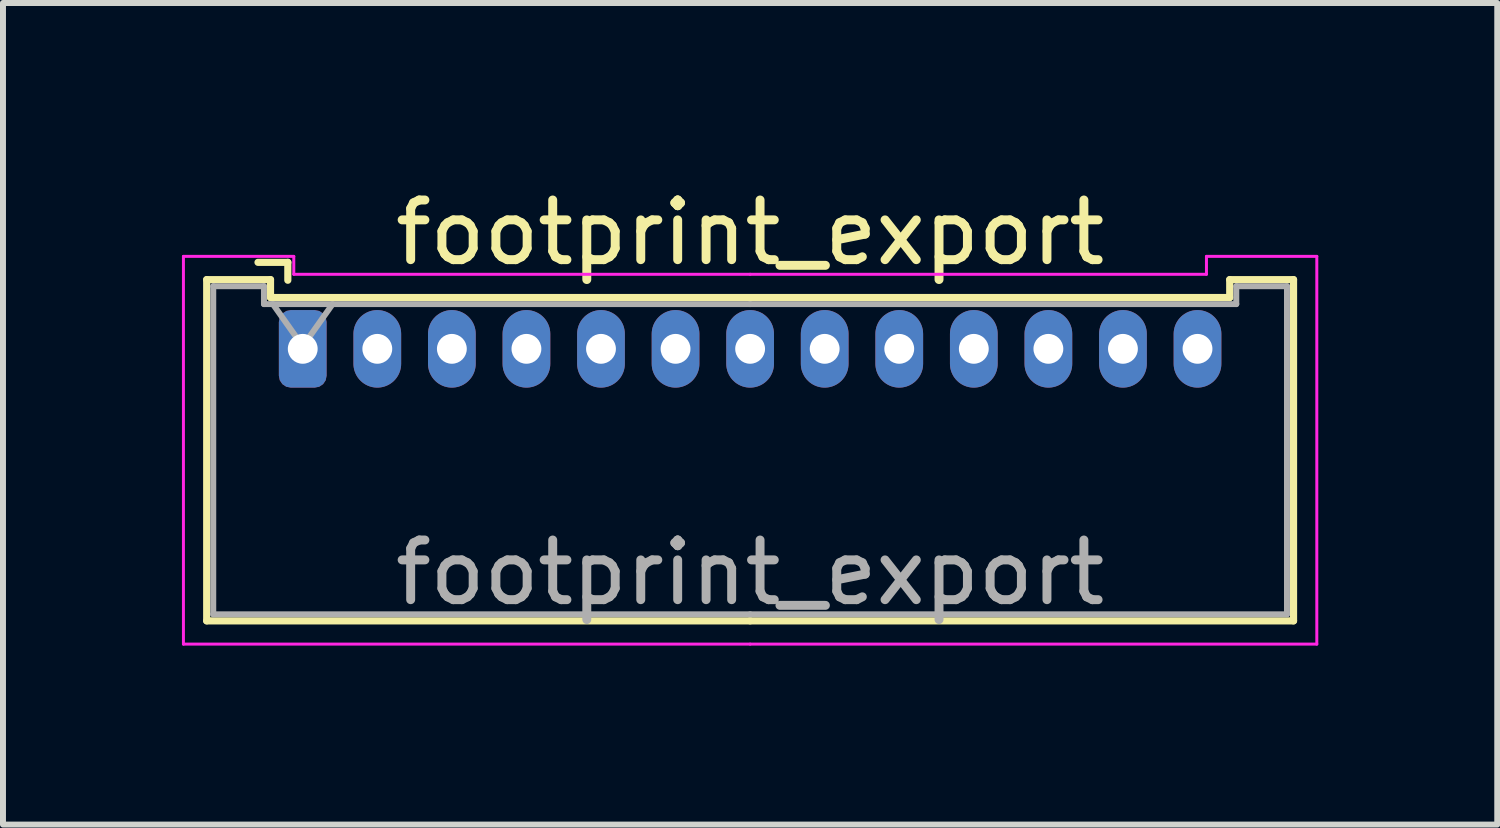
<source format=kicad_pcb>
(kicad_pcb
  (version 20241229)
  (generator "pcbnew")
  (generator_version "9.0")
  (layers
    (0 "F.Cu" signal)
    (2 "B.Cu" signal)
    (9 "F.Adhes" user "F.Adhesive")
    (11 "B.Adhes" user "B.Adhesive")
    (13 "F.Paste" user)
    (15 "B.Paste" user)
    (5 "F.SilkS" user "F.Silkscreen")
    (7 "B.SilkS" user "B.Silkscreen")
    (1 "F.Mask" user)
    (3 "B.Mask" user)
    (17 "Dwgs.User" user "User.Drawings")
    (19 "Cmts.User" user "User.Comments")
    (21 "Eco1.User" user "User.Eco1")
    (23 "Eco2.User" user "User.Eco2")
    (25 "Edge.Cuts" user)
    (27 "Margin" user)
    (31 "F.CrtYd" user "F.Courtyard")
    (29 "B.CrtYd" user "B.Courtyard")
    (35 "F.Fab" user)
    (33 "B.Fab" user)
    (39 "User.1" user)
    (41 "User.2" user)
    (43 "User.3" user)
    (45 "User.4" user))
  (footprint "footprint_export"
    (layer "F.Cu")
    (at 2.025 2.798)
    (property "Reference" "footprint_export" (at 7.5 -1.95 0) (layer "F.SilkS") (effects (font (size 1 1) (thickness 0.15))))
    (attr through_hole)
    (fp_line (start -1.61 -1.16) (end -1.61 4.56) (stroke (width 0.12) (type solid)) (layer "F.SilkS"))
    (fp_line (start -1.61 4.56) (end 7.5 4.56) (stroke (width 0.12) (type solid)) (layer "F.SilkS"))
    (fp_line (start -0.54 -1.16) (end -1.61 -1.16) (stroke (width 0.12) (type solid)) (layer "F.SilkS"))
    (fp_line (start -0.54 -0.86) (end -0.54 -1.16) (stroke (width 0.12) (type solid)) (layer "F.SilkS"))
    (fp_line (start -0.25 -1.45) (end -0.75 -1.45) (stroke (width 0.12) (type solid)) (layer "F.SilkS"))
    (fp_line (start -0.25 -1.15) (end -0.25 -1.45) (stroke (width 0.12) (type solid)) (layer "F.SilkS"))
    (fp_line (start 7.5 -0.86) (end -0.54 -0.86) (stroke (width 0.12) (type solid)) (layer "F.SilkS"))
    (fp_line (start 7.5 -0.86) (end 15.54 -0.86) (stroke (width 0.12) (type solid)) (layer "F.SilkS"))
    (fp_line (start 15.54 -1.16) (end 16.61 -1.16) (stroke (width 0.12) (type solid)) (layer "F.SilkS"))
    (fp_line (start 15.54 -0.86) (end 15.54 -1.16) (stroke (width 0.12) (type solid)) (layer "F.SilkS"))
    (fp_line (start 16.61 -1.16) (end 16.61 4.56) (stroke (width 0.12) (type solid)) (layer "F.SilkS"))
    (fp_line (start 16.61 4.56) (end 7.5 4.56) (stroke (width 0.12) (type solid)) (layer "F.SilkS"))
    (fp_line (start -2 -1.55) (end -2 4.95) (stroke (width 0.05) (type solid)) (layer "F.CrtYd"))
    (fp_line (start -2 4.95) (end 7.5 4.95) (stroke (width 0.05) (type solid)) (layer "F.CrtYd"))
    (fp_line (start -0.15 -1.55) (end -2 -1.55) (stroke (width 0.05) (type solid)) (layer "F.CrtYd"))
    (fp_line (start -0.15 -1.25) (end -0.15 -1.55) (stroke (width 0.05) (type solid)) (layer "F.CrtYd"))
    (fp_line (start 7.5 -1.25) (end -0.15 -1.25) (stroke (width 0.05) (type solid)) (layer "F.CrtYd"))
    (fp_line (start 7.5 -1.25) (end 15.15 -1.25) (stroke (width 0.05) (type solid)) (layer "F.CrtYd"))
    (fp_line (start 15.15 -1.55) (end 17 -1.55) (stroke (width 0.05) (type solid)) (layer "F.CrtYd"))
    (fp_line (start 15.15 -1.25) (end 15.15 -1.55) (stroke (width 0.05) (type solid)) (layer "F.CrtYd"))
    (fp_line (start 17 -1.55) (end 17 4.95) (stroke (width 0.05) (type solid)) (layer "F.CrtYd"))
    (fp_line (start 17 4.95) (end 7.5 4.95) (stroke (width 0.05) (type solid)) (layer "F.CrtYd"))
    (fp_line (start -1.5 -1.05) (end -1.5 4.45) (stroke (width 0.1) (type solid)) (layer "F.Fab"))
    (fp_line (start -1.5 4.45) (end 7.5 4.45) (stroke (width 0.1) (type solid)) (layer "F.Fab"))
    (fp_line (start -0.65 -1.05) (end -1.5 -1.05) (stroke (width 0.1) (type solid)) (layer "F.Fab"))
    (fp_line (start -0.65 -0.75) (end -0.65 -1.05) (stroke (width 0.1) (type solid)) (layer "F.Fab"))
    (fp_line (start -0.5 -0.75) (end 0 -0.043) (stroke (width 0.1) (type solid)) (layer "F.Fab"))
    (fp_line (start 0 -0.043) (end 0.5 -0.75) (stroke (width 0.1) (type solid)) (layer "F.Fab"))
    (fp_line (start 7.5 -0.75) (end -0.65 -0.75) (stroke (width 0.1) (type solid)) (layer "F.Fab"))
    (fp_line (start 7.5 -0.75) (end 15.65 -0.75) (stroke (width 0.1) (type solid)) (layer "F.Fab"))
    (fp_line (start 15.65 -1.05) (end 16.5 -1.05) (stroke (width 0.1) (type solid)) (layer "F.Fab"))
    (fp_line (start 15.65 -0.75) (end 15.65 -1.05) (stroke (width 0.1) (type solid)) (layer "F.Fab"))
    (fp_line (start 16.5 -1.05) (end 16.5 4.45) (stroke (width 0.1) (type solid)) (layer "F.Fab"))
    (fp_line (start 16.5 4.45) (end 7.5 4.45) (stroke (width 0.1) (type solid)) (layer "F.Fab"))
    (fp_text user "${REFERENCE}" (at 7.5 3.75 0) (layer "F.Fab") (effects (font (size 1 1) (thickness 0.15))))
    (pad "1" thru_hole roundrect (at 0 0) (size 0.8 1.3) (drill 0.5) (layers "*.Cu" "*.Mask") (roundrect_rratio 0.25))
    (pad "2" thru_hole oval (at 1.25 0) (size 0.8 1.3) (drill 0.5) (layers "*.Cu" "*.Mask"))
    (pad "3" thru_hole oval (at 2.5 0) (size 0.8 1.3) (drill 0.5) (layers "*.Cu" "*.Mask"))
    (pad "4" thru_hole oval (at 3.75 0) (size 0.8 1.3) (drill 0.5) (layers "*.Cu" "*.Mask"))
    (pad "5" thru_hole oval (at 5 0) (size 0.8 1.3) (drill 0.5) (layers "*.Cu" "*.Mask"))
    (pad "6" thru_hole oval (at 6.25 0) (size 0.8 1.3) (drill 0.5) (layers "*.Cu" "*.Mask"))
    (pad "7" thru_hole oval (at 7.5 0) (size 0.8 1.3) (drill 0.5) (layers "*.Cu" "*.Mask"))
    (pad "8" thru_hole oval (at 8.75 0) (size 0.8 1.3) (drill 0.5) (layers "*.Cu" "*.Mask"))
    (pad "9" thru_hole oval (at 10 0) (size 0.8 1.3) (drill 0.5) (layers "*.Cu" "*.Mask"))
    (pad "10" thru_hole oval (at 11.25 0) (size 0.8 1.3) (drill 0.5) (layers "*.Cu" "*.Mask"))
    (pad "11" thru_hole oval (at 12.5 0) (size 0.8 1.3) (drill 0.5) (layers "*.Cu" "*.Mask"))
    (pad "12" thru_hole oval (at 13.75 0) (size 0.8 1.3) (drill 0.5) (layers "*.Cu" "*.Mask"))
    (pad "13" thru_hole oval (at 15 0) (size 0.8 1.3) (drill 0.5) (layers "*.Cu" "*.Mask")))
  (gr_rect
    (start -3 -3)
    (end 22.05 10.773)
    (stroke (width 0.1) (type default))
    (fill no)
    (layer "Edge.Cuts")))
</source>
